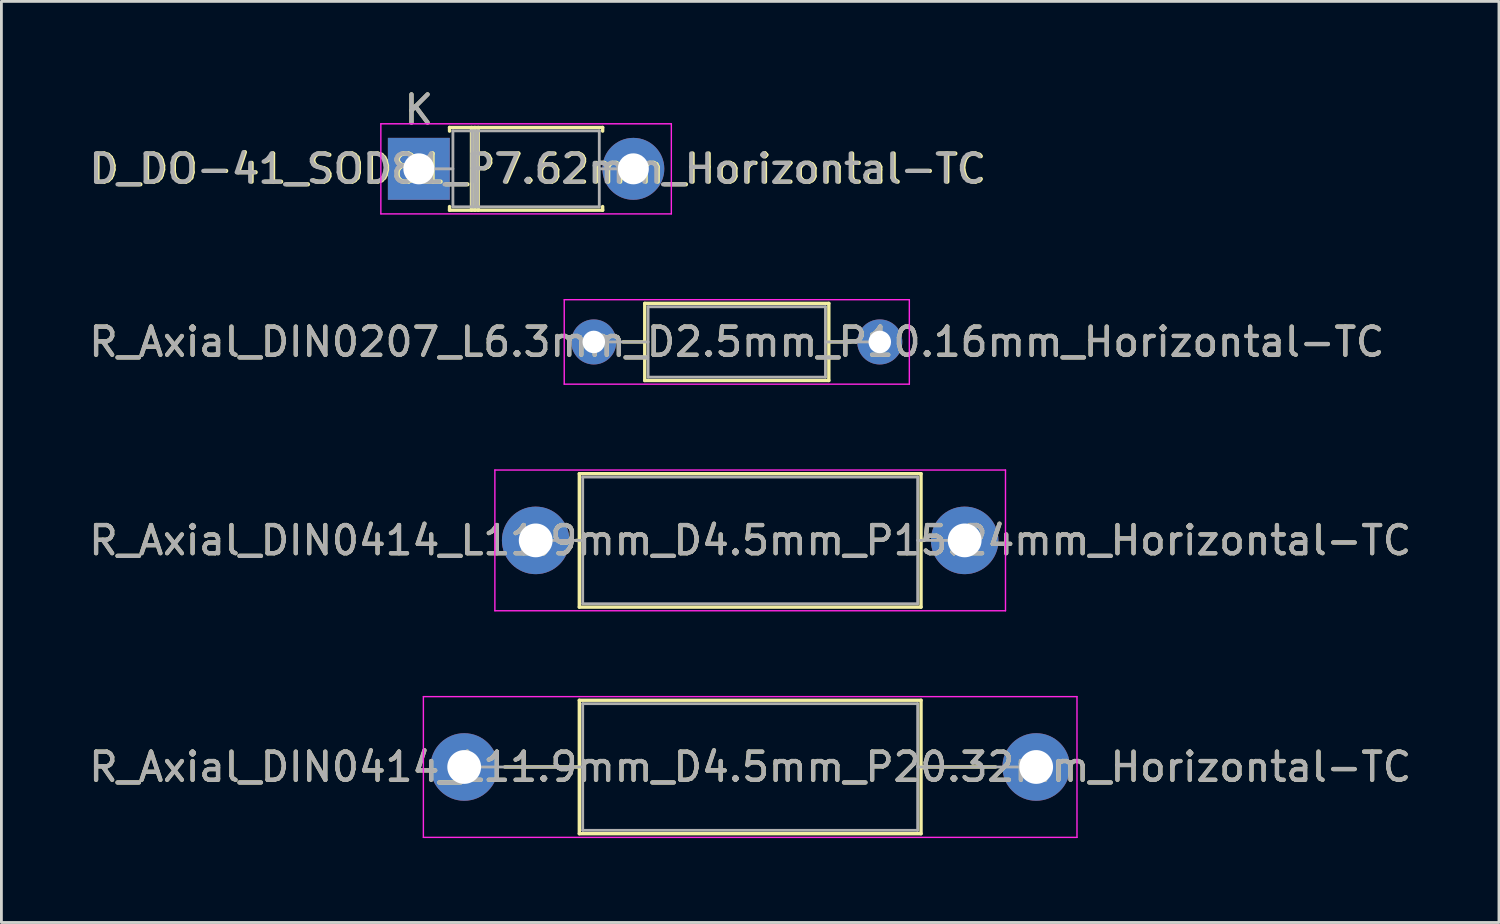
<source format=kicad_pcb>
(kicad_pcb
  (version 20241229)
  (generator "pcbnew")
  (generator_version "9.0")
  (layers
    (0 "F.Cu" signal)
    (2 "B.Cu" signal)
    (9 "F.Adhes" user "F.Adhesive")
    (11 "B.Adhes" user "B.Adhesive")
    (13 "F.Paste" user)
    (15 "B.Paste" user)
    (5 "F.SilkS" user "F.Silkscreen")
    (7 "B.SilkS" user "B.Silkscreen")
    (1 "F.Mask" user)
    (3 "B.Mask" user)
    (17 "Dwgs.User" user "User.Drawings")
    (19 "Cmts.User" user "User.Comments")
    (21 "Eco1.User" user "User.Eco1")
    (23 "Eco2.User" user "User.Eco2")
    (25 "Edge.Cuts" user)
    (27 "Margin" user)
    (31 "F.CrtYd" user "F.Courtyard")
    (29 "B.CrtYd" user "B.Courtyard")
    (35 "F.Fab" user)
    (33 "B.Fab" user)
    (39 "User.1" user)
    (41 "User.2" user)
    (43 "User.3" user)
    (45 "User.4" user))
  (footprint "R_Axial_DIN0207_L6.3mm_D2.5mm_P10.16mm_Horizontal-TC"
    (layer "F.Cu")
    (at 18.045 9.098)
    (property "Reference" "R_Axial_DIN0207_L6.3mm_D2.5mm_P10.16mm_Horizontal-TC" (at 5.08 0 0) (layer "F.SilkS") (effects (font (size 1 1) (thickness 0.15))))
    (attr through_hole)
    (fp_line (start 1.04 0) (end 1.81 0) (stroke (width 0.12) (type solid)) (layer "F.SilkS"))
    (fp_line (start 1.81 -1.37) (end 1.81 1.37) (stroke (width 0.12) (type solid)) (layer "F.SilkS"))
    (fp_line (start 1.81 1.37) (end 8.35 1.37) (stroke (width 0.12) (type solid)) (layer "F.SilkS"))
    (fp_line (start 8.35 -1.37) (end 1.81 -1.37) (stroke (width 0.12) (type solid)) (layer "F.SilkS"))
    (fp_line (start 8.35 1.37) (end 8.35 -1.37) (stroke (width 0.12) (type solid)) (layer "F.SilkS"))
    (fp_line (start 9.12 0) (end 8.35 0) (stroke (width 0.12) (type solid)) (layer "F.SilkS"))
    (fp_line (start -1.05 -1.5) (end -1.05 1.5) (stroke (width 0.05) (type solid)) (layer "F.CrtYd"))
    (fp_line (start -1.05 1.5) (end 11.21 1.5) (stroke (width 0.05) (type solid)) (layer "F.CrtYd"))
    (fp_line (start 11.21 -1.5) (end -1.05 -1.5) (stroke (width 0.05) (type solid)) (layer "F.CrtYd"))
    (fp_line (start 11.21 1.5) (end 11.21 -1.5) (stroke (width 0.05) (type solid)) (layer "F.CrtYd"))
    (fp_line (start 0 0) (end 1.93 0) (stroke (width 0.1) (type solid)) (layer "F.Fab"))
    (fp_line (start 1.93 -1.25) (end 1.93 1.25) (stroke (width 0.1) (type solid)) (layer "F.Fab"))
    (fp_line (start 1.93 1.25) (end 8.23 1.25) (stroke (width 0.1) (type solid)) (layer "F.Fab"))
    (fp_line (start 8.23 -1.25) (end 1.93 -1.25) (stroke (width 0.1) (type solid)) (layer "F.Fab"))
    (fp_line (start 8.23 1.25) (end 8.23 -1.25) (stroke (width 0.1) (type solid)) (layer "F.Fab"))
    (fp_line (start 10.16 0) (end 8.23 0) (stroke (width 0.1) (type solid)) (layer "F.Fab"))
    (fp_text user "${REFERENCE}" (at 5.08 0 0) (layer "F.Fab") (effects (font (size 1 1) (thickness 0.15))))
    (pad "1" thru_hole circle (at 0 0) (size 1.6 1.6) (drill 0.8) (layers "*.Cu" "*.Mask"))
    (pad "2" thru_hole oval (at 10.16 0) (size 1.6 1.6) (drill 0.8) (layers "*.Cu" "*.Mask")))
  (footprint "R_Axial_DIN0414_L11.9mm_D4.5mm_P20.32mm_Horizontal-TC"
    (layer "F.Cu")
    (at 13.441 24.198)
    (property "Reference" "R_Axial_DIN0414_L11.9mm_D4.5mm_P20.32mm_Horizontal-TC" (at 10.16 0 0) (layer "F.SilkS") (effects (font (size 1 1) (thickness 0.15))))
    (attr through_hole)
    (fp_line (start 1.44 0) (end 4.09 0) (stroke (width 0.12) (type solid)) (layer "F.SilkS"))
    (fp_line (start 4.09 -2.37) (end 4.09 2.37) (stroke (width 0.12) (type solid)) (layer "F.SilkS"))
    (fp_line (start 4.09 2.37) (end 16.23 2.37) (stroke (width 0.12) (type solid)) (layer "F.SilkS"))
    (fp_line (start 16.23 -2.37) (end 4.09 -2.37) (stroke (width 0.12) (type solid)) (layer "F.SilkS"))
    (fp_line (start 16.23 2.37) (end 16.23 -2.37) (stroke (width 0.12) (type solid)) (layer "F.SilkS"))
    (fp_line (start 18.88 0) (end 16.23 0) (stroke (width 0.12) (type solid)) (layer "F.SilkS"))
    (fp_line (start -1.45 -2.5) (end -1.45 2.5) (stroke (width 0.05) (type solid)) (layer "F.CrtYd"))
    (fp_line (start -1.45 2.5) (end 21.77 2.5) (stroke (width 0.05) (type solid)) (layer "F.CrtYd"))
    (fp_line (start 21.77 -2.5) (end -1.45 -2.5) (stroke (width 0.05) (type solid)) (layer "F.CrtYd"))
    (fp_line (start 21.77 2.5) (end 21.77 -2.5) (stroke (width 0.05) (type solid)) (layer "F.CrtYd"))
    (fp_line (start 0 0) (end 4.21 0) (stroke (width 0.1) (type solid)) (layer "F.Fab"))
    (fp_line (start 4.21 -2.25) (end 4.21 2.25) (stroke (width 0.1) (type solid)) (layer "F.Fab"))
    (fp_line (start 4.21 2.25) (end 16.11 2.25) (stroke (width 0.1) (type solid)) (layer "F.Fab"))
    (fp_line (start 16.11 -2.25) (end 4.21 -2.25) (stroke (width 0.1) (type solid)) (layer "F.Fab"))
    (fp_line (start 16.11 2.25) (end 16.11 -2.25) (stroke (width 0.1) (type solid)) (layer "F.Fab"))
    (fp_line (start 20.32 0) (end 16.11 0) (stroke (width 0.1) (type solid)) (layer "F.Fab"))
    (fp_text user "${REFERENCE}" (at 10.16 0 0) (layer "F.Fab") (effects (font (size 1 1) (thickness 0.15))))
    (pad "1" thru_hole circle (at 0 0) (size 2.4 2.4) (drill 1.2) (layers "*.Cu" "*.Mask"))
    (pad "2" thru_hole oval (at 20.32 0) (size 2.4 2.4) (drill 1.2) (layers "*.Cu" "*.Mask")))
  (footprint "D_DO-41_SOD81_P7.62mm_Horizontal-TC"
    (layer "F.Cu")
    (at 11.83 2.948)
    (property "Reference" "D_DO-41_SOD81_P7.62mm_Horizontal-TC" (at 4.25 0 0) (layer "F.SilkS") (effects (font (size 1 1) (thickness 0.15))))
    (attr through_hole)
    (fp_line (start 1.09 -1.47) (end 6.53 -1.47) (stroke (width 0.12) (type solid)) (layer "F.SilkS"))
    (fp_line (start 1.09 -1.34) (end 1.09 -1.47) (stroke (width 0.12) (type solid)) (layer "F.SilkS"))
    (fp_line (start 1.09 1.34) (end 1.09 1.47) (stroke (width 0.12) (type solid)) (layer "F.SilkS"))
    (fp_line (start 1.09 1.47) (end 6.53 1.47) (stroke (width 0.12) (type solid)) (layer "F.SilkS"))
    (fp_line (start 1.87 -1.47) (end 1.87 1.47) (stroke (width 0.12) (type solid)) (layer "F.SilkS"))
    (fp_line (start 1.99 -1.47) (end 1.99 1.47) (stroke (width 0.12) (type solid)) (layer "F.SilkS"))
    (fp_line (start 2.11 -1.47) (end 2.11 1.47) (stroke (width 0.12) (type solid)) (layer "F.SilkS"))
    (fp_line (start 6.53 -1.47) (end 6.53 -1.34) (stroke (width 0.12) (type solid)) (layer "F.SilkS"))
    (fp_line (start 6.53 1.47) (end 6.53 1.34) (stroke (width 0.12) (type solid)) (layer "F.SilkS"))
    (fp_line (start -1.35 -1.6) (end -1.35 1.6) (stroke (width 0.05) (type solid)) (layer "F.CrtYd"))
    (fp_line (start -1.35 1.6) (end 8.97 1.6) (stroke (width 0.05) (type solid)) (layer "F.CrtYd"))
    (fp_line (start 8.97 -1.6) (end -1.35 -1.6) (stroke (width 0.05) (type solid)) (layer "F.CrtYd"))
    (fp_line (start 8.97 1.6) (end 8.97 -1.6) (stroke (width 0.05) (type solid)) (layer "F.CrtYd"))
    (fp_line (start 0 0) (end 1.21 0) (stroke (width 0.1) (type solid)) (layer "F.Fab"))
    (fp_line (start 1.21 -1.35) (end 1.21 1.35) (stroke (width 0.1) (type solid)) (layer "F.Fab"))
    (fp_line (start 1.21 1.35) (end 6.41 1.35) (stroke (width 0.1) (type solid)) (layer "F.Fab"))
    (fp_line (start 1.89 -1.35) (end 1.89 1.35) (stroke (width 0.1) (type solid)) (layer "F.Fab"))
    (fp_line (start 1.99 -1.35) (end 1.99 1.35) (stroke (width 0.1) (type solid)) (layer "F.Fab"))
    (fp_line (start 2.09 -1.35) (end 2.09 1.35) (stroke (width 0.1) (type solid)) (layer "F.Fab"))
    (fp_line (start 6.41 -1.35) (end 1.21 -1.35) (stroke (width 0.1) (type solid)) (layer "F.Fab"))
    (fp_line (start 6.41 1.35) (end 6.41 -1.35) (stroke (width 0.1) (type solid)) (layer "F.Fab"))
    (fp_line (start 7.62 0) (end 6.41 0) (stroke (width 0.1) (type solid)) (layer "F.Fab"))
    (fp_text user "K" (at 0 -2.1 0) (layer "F.SilkS") (effects (font (size 1 1) (thickness 0.15))))
    (fp_text user "K" (at 0 -2.1 0) (layer "F.Fab") (effects (font (size 1 1) (thickness 0.15))))
    (fp_text user "${REFERENCE}" (at 4.2 0 0) (layer "F.Fab") (effects (font (size 1 1) (thickness 0.15))))
    (pad "1" thru_hole rect (at 0 0) (size 2.2 2.2) (drill 1.1) (layers "*.Cu" "*.Mask"))
    (pad "2" thru_hole oval (at 7.62 0) (size 2.2 2.2) (drill 1.1) (layers "*.Cu" "*.Mask")))
  (footprint "R_Axial_DIN0414_L11.9mm_D4.5mm_P15.24mm_Horizontal-TC"
    (layer "F.Cu")
    (at 15.981 16.148)
    (property "Reference" "R_Axial_DIN0414_L11.9mm_D4.5mm_P15.24mm_Horizontal-TC" (at 7.62 0 0) (layer "F.SilkS") (effects (font (size 1 1) (thickness 0.15))))
    (attr through_hole)
    (fp_line (start 1.44 0) (end 1.55 0) (stroke (width 0.12) (type solid)) (layer "F.SilkS"))
    (fp_line (start 1.55 -2.37) (end 1.55 2.37) (stroke (width 0.12) (type solid)) (layer "F.SilkS"))
    (fp_line (start 1.55 2.37) (end 13.69 2.37) (stroke (width 0.12) (type solid)) (layer "F.SilkS"))
    (fp_line (start 13.69 -2.37) (end 1.55 -2.37) (stroke (width 0.12) (type solid)) (layer "F.SilkS"))
    (fp_line (start 13.69 2.37) (end 13.69 -2.37) (stroke (width 0.12) (type solid)) (layer "F.SilkS"))
    (fp_line (start 13.8 0) (end 13.69 0) (stroke (width 0.12) (type solid)) (layer "F.SilkS"))
    (fp_line (start -1.45 -2.5) (end -1.45 2.5) (stroke (width 0.05) (type solid)) (layer "F.CrtYd"))
    (fp_line (start -1.45 2.5) (end 16.69 2.5) (stroke (width 0.05) (type solid)) (layer "F.CrtYd"))
    (fp_line (start 16.69 -2.5) (end -1.45 -2.5) (stroke (width 0.05) (type solid)) (layer "F.CrtYd"))
    (fp_line (start 16.69 2.5) (end 16.69 -2.5) (stroke (width 0.05) (type solid)) (layer "F.CrtYd"))
    (fp_line (start 0 0) (end 1.67 0) (stroke (width 0.1) (type solid)) (layer "F.Fab"))
    (fp_line (start 1.67 -2.25) (end 1.67 2.25) (stroke (width 0.1) (type solid)) (layer "F.Fab"))
    (fp_line (start 1.67 2.25) (end 13.57 2.25) (stroke (width 0.1) (type solid)) (layer "F.Fab"))
    (fp_line (start 13.57 -2.25) (end 1.67 -2.25) (stroke (width 0.1) (type solid)) (layer "F.Fab"))
    (fp_line (start 13.57 2.25) (end 13.57 -2.25) (stroke (width 0.1) (type solid)) (layer "F.Fab"))
    (fp_line (start 15.24 0) (end 13.57 0) (stroke (width 0.1) (type solid)) (layer "F.Fab"))
    (fp_text user "${REFERENCE}" (at 7.62 0 0) (layer "F.Fab") (effects (font (size 1 1) (thickness 0.15))))
    (pad "1" thru_hole circle (at 0 0) (size 2.4 2.4) (drill 1.2) (layers "*.Cu" "*.Mask"))
    (pad "2" thru_hole oval (at 15.24 0) (size 2.4 2.4) (drill 1.2) (layers "*.Cu" "*.Mask")))
  (gr_rect
    (start -3 -3)
    (end 50.202 29.723)
    (stroke (width 0.1) (type default))
    (fill no)
    (layer "Edge.Cuts")))
</source>
